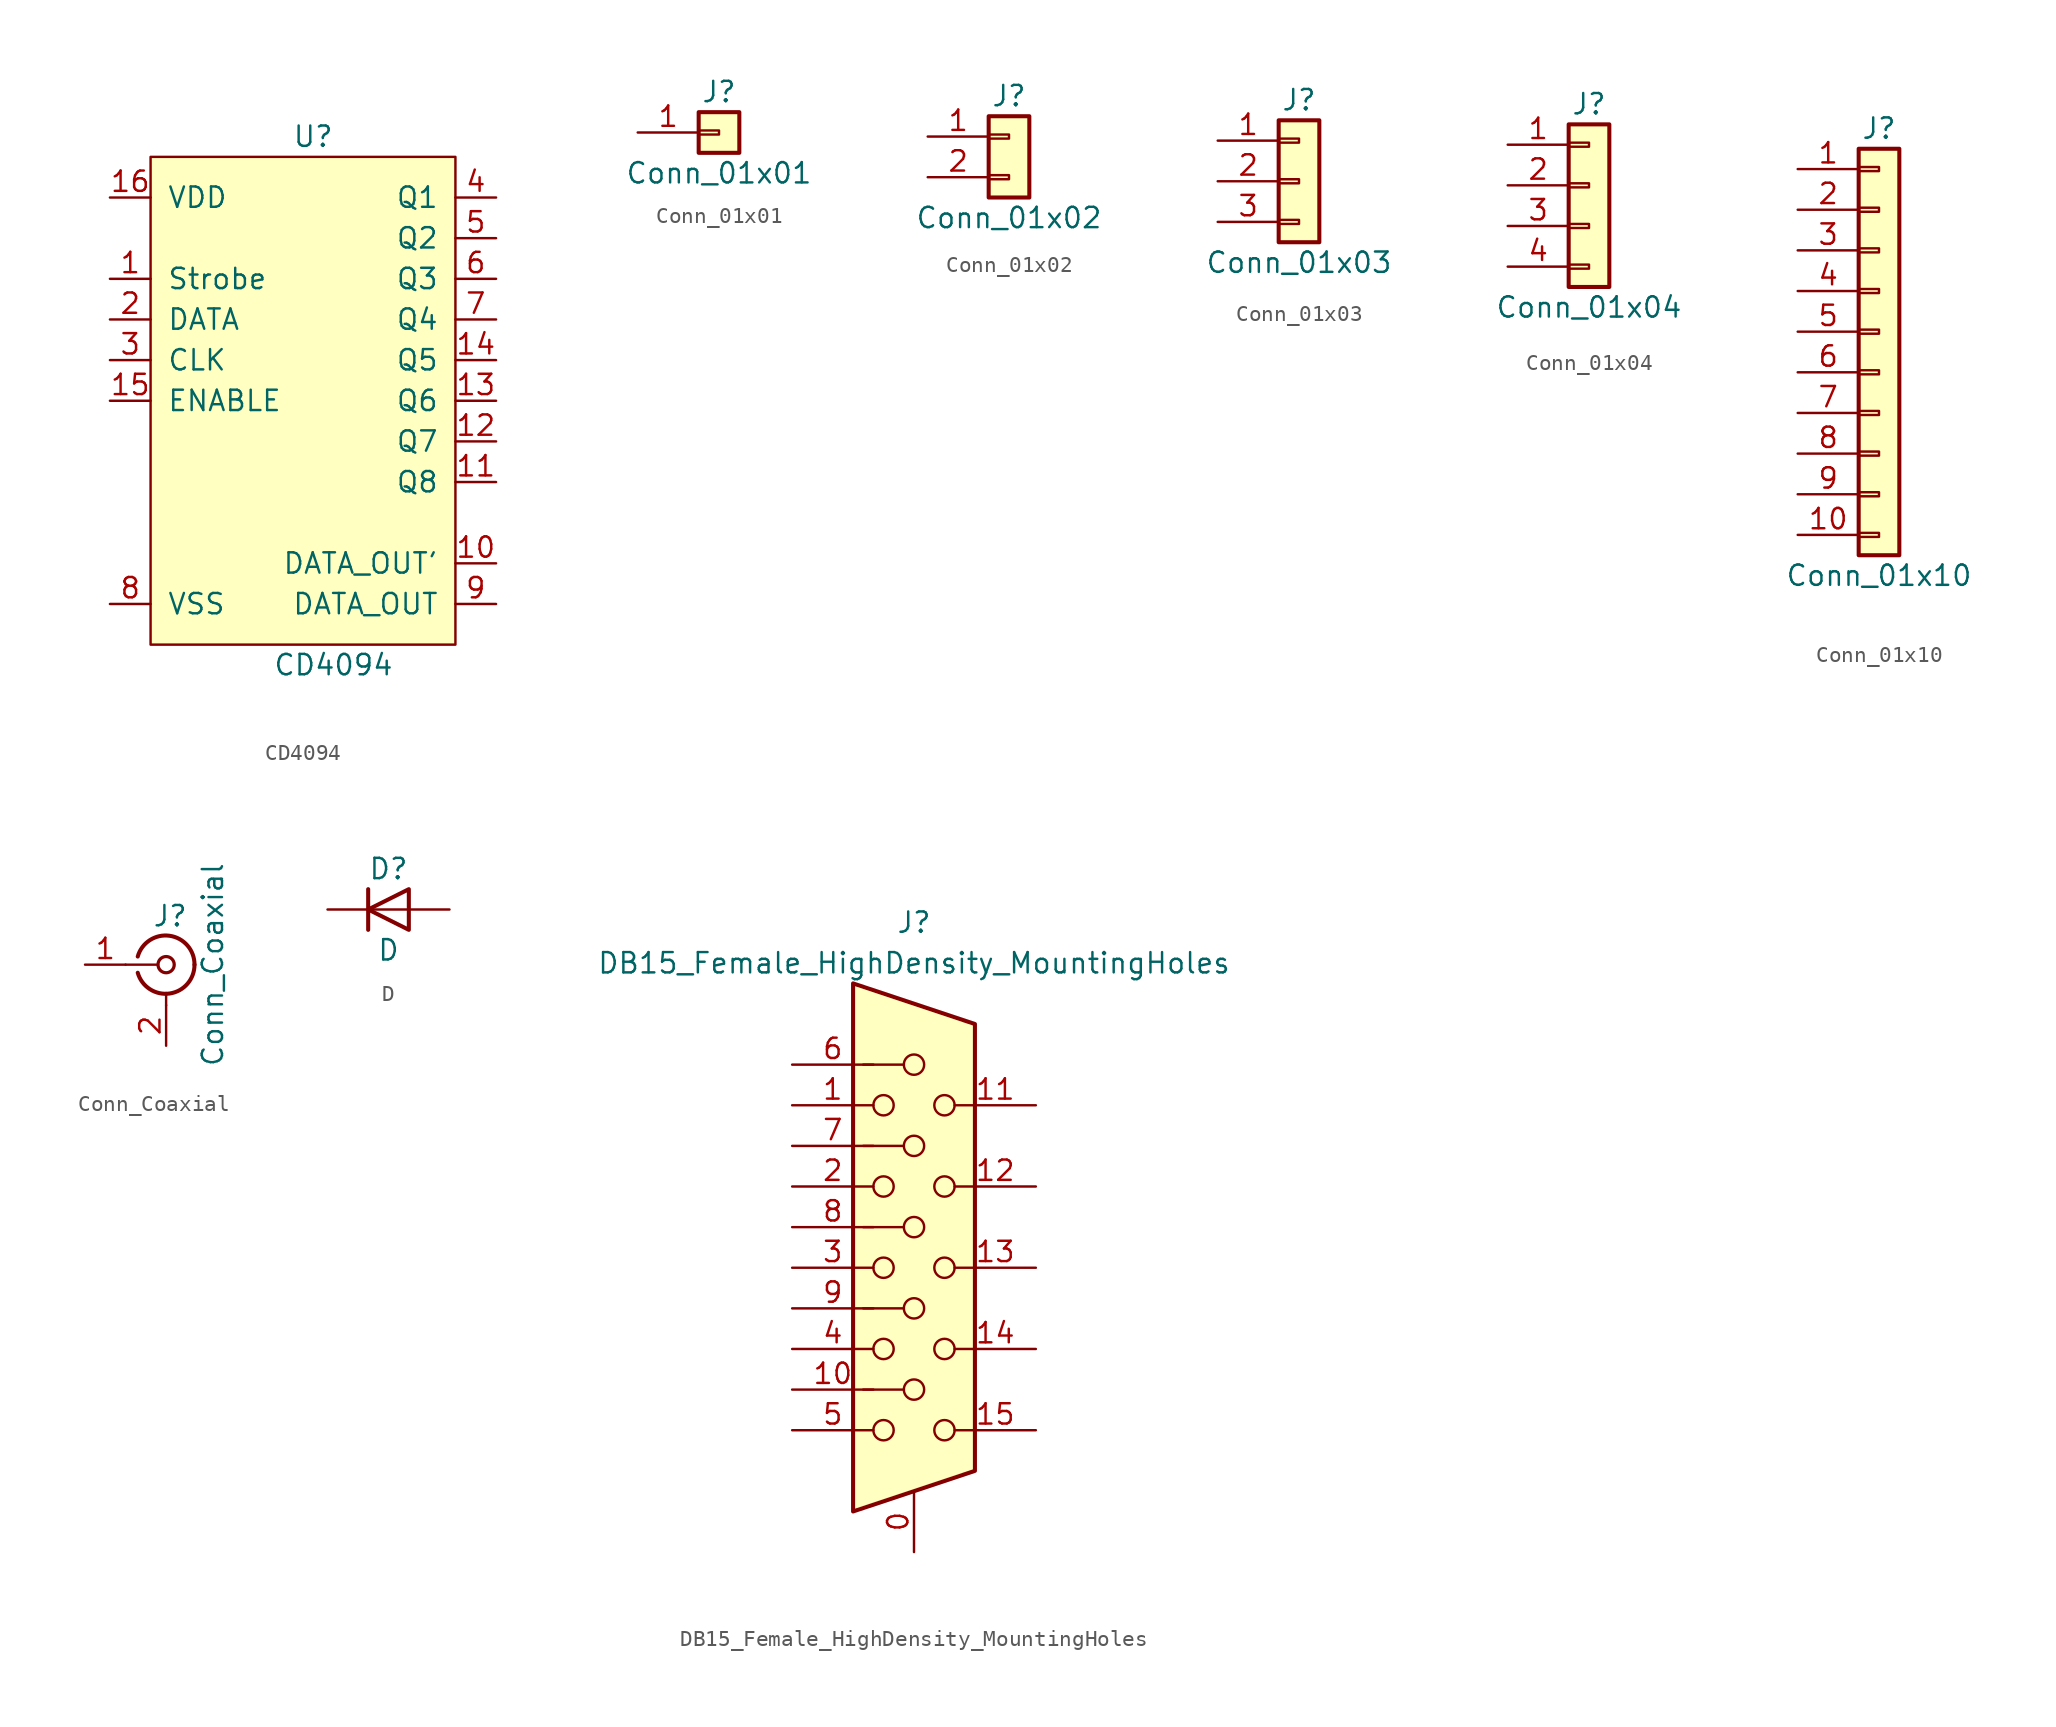
<source format=kicad_sym>
(kicad_symbol_lib
  (version 20241209)
  (generator "kicad_symbol_editor")
  (generator_version "9.0")
  (symbol "CD4094"
    (pin_names
      (offset 1.016))
    (property "Reference" "U"
      (at 0 13.97 0)
      (effects (font (size 1.27 1.27))))
    (property "Value" "CD4094"
      (at 1.27 -19.05 0)
      (effects (font (size 1.27 1.27))))
    (symbol "CD4094_0_1"
      (rectangle (start -10.16 12.7) (end 8.89 -17.78) (stroke (width 0) (type solid)) (fill (type background))))
    (symbol "CD4094_1_1"
      (pin input line (at -12.7 10.16 0) (length 2.54) (name "VDD" (effects (font (size 1.27 1.27)))) (number "16" (effects (font (size 1.27 1.27)))))
      (pin input line (at -12.7 5.08 0) (length 2.54) (name "Strobe" (effects (font (size 1.27 1.27)))) (number "1" (effects (font (size 1.27 1.27)))))
      (pin input line (at -12.7 2.54 0) (length 2.54) (name "DATA" (effects (font (size 1.27 1.27)))) (number "2" (effects (font (size 1.27 1.27)))))
      (pin input line (at -12.7 0 0) (length 2.54) (name "CLK" (effects (font (size 1.27 1.27)))) (number "3" (effects (font (size 1.27 1.27)))))
      (pin input line (at -12.7 -2.54 0) (length 2.54) (name "ENABLE" (effects (font (size 1.27 1.27)))) (number "15" (effects (font (size 1.27 1.27)))))
      (pin input line (at -12.7 -15.24 0) (length 2.54) (name "VSS" (effects (font (size 1.27 1.27)))) (number "8" (effects (font (size 1.27 1.27)))))
      (pin input line (at 11.43 10.16 180) (length 2.54) (name "Q1" (effects (font (size 1.27 1.27)))) (number "4" (effects (font (size 1.27 1.27)))))
      (pin input line (at 11.43 7.62 180) (length 2.54) (name "Q2" (effects (font (size 1.27 1.27)))) (number "5" (effects (font (size 1.27 1.27)))))
      (pin input line (at 11.43 5.08 180) (length 2.54) (name "Q3" (effects (font (size 1.27 1.27)))) (number "6" (effects (font (size 1.27 1.27)))))
      (pin input line (at 11.43 2.54 180) (length 2.54) (name "Q4" (effects (font (size 1.27 1.27)))) (number "7" (effects (font (size 1.27 1.27)))))
      (pin input line (at 11.43 0 180) (length 2.54) (name "Q5" (effects (font (size 1.27 1.27)))) (number "14" (effects (font (size 1.27 1.27)))))
      (pin input line (at 11.43 -2.54 180) (length 2.54) (name "Q6" (effects (font (size 1.27 1.27)))) (number "13" (effects (font (size 1.27 1.27)))))
      (pin input line (at 11.43 -5.08 180) (length 2.54) (name "Q7" (effects (font (size 1.27 1.27)))) (number "12" (effects (font (size 1.27 1.27)))))
      (pin input line (at 11.43 -7.62 180) (length 2.54) (name "Q8" (effects (font (size 1.27 1.27)))) (number "11" (effects (font (size 1.27 1.27)))))
      (pin input line (at 11.43 -12.7 180) (length 2.54) (name "DATA_OUT'" (effects (font (size 1.27 1.27)))) (number "10" (effects (font (size 1.27 1.27)))))
      (pin input line (at 11.43 -15.24 180) (length 2.54) (name "DATA_OUT" (effects (font (size 1.27 1.27)))) (number "9" (effects (font (size 1.27 1.27)))))))
  (symbol "Conn_01x01"
    (pin_names
      (offset 1.016)
      (hide yes))
    (property "Reference" "J"
      (at 0 2.54 0)
      (effects (font (size 1.27 1.27))))
    (property "Value" "Conn_01x01"
      (at 0 -2.54 0)
      (effects (font (size 1.27 1.27))))
    (symbol "Conn_01x01_1_1"
      (rectangle (start -1.27 1.27) (end 1.27 -1.27) (stroke (width 0.254) (type solid)) (fill (type background)))
      (rectangle (start -1.27 0.127) (end 0 -0.127) (stroke (width 0.152) (type solid)) (fill (type none)))
      (pin passive line (at -5.08 0 0) (length 3.81) (name "Pin_1" (effects (font (size 1.27 1.27)))) (number "1" (effects (font (size 1.27 1.27)))))))
  (symbol "Conn_01x02"
    (pin_names
      (offset 1.016)
      (hide yes))
    (property "Reference" "J"
      (at 0 2.54 0)
      (effects (font (size 1.27 1.27))))
    (property "Value" "Conn_01x02"
      (at 0 -5.08 0)
      (effects (font (size 1.27 1.27))))
    (symbol "Conn_01x02_1_1"
      (rectangle (start -1.27 1.27) (end 1.27 -3.81) (stroke (width 0.254) (type solid)) (fill (type background)))
      (rectangle (start -1.27 0.127) (end 0 -0.127) (stroke (width 0.152) (type solid)) (fill (type none)))
      (rectangle (start -1.27 -2.413) (end 0 -2.667) (stroke (width 0.152) (type solid)) (fill (type none)))
      (pin passive line (at -5.08 0 0) (length 3.81) (name "Pin_1" (effects (font (size 1.27 1.27)))) (number "1" (effects (font (size 1.27 1.27)))))
      (pin passive line (at -5.08 -2.54 0) (length 3.81) (name "Pin_2" (effects (font (size 1.27 1.27)))) (number "2" (effects (font (size 1.27 1.27)))))))
  (symbol "Conn_01x03"
    (pin_names
      (offset 1.016)
      (hide yes))
    (property "Reference" "J"
      (at 0 5.08 0)
      (effects (font (size 1.27 1.27))))
    (property "Value" "Conn_01x03"
      (at 0 -5.08 0)
      (effects (font (size 1.27 1.27))))
    (symbol "Conn_01x03_1_1"
      (rectangle (start -1.27 3.81) (end 1.27 -3.81) (stroke (width 0.254) (type solid)) (fill (type background)))
      (rectangle (start -1.27 2.667) (end 0 2.413) (stroke (width 0.152) (type solid)) (fill (type none)))
      (rectangle (start -1.27 0.127) (end 0 -0.127) (stroke (width 0.152) (type solid)) (fill (type none)))
      (rectangle (start -1.27 -2.413) (end 0 -2.667) (stroke (width 0.152) (type solid)) (fill (type none)))
      (pin passive line (at -5.08 2.54 0) (length 3.81) (name "Pin_1" (effects (font (size 1.27 1.27)))) (number "1" (effects (font (size 1.27 1.27)))))
      (pin passive line (at -5.08 0 0) (length 3.81) (name "Pin_2" (effects (font (size 1.27 1.27)))) (number "2" (effects (font (size 1.27 1.27)))))
      (pin passive line (at -5.08 -2.54 0) (length 3.81) (name "Pin_3" (effects (font (size 1.27 1.27)))) (number "3" (effects (font (size 1.27 1.27)))))))
  (symbol "Conn_01x04"
    (pin_names
      (offset 1.016)
      (hide yes))
    (property "Reference" "J"
      (at 0 5.08 0)
      (effects (font (size 1.27 1.27))))
    (property "Value" "Conn_01x04"
      (at 0 -7.62 0)
      (effects (font (size 1.27 1.27))))
    (symbol "Conn_01x04_1_1"
      (rectangle (start -1.27 3.81) (end 1.27 -6.35) (stroke (width 0.254) (type solid)) (fill (type background)))
      (rectangle (start -1.27 2.667) (end 0 2.413) (stroke (width 0.152) (type solid)) (fill (type none)))
      (rectangle (start -1.27 0.127) (end 0 -0.127) (stroke (width 0.152) (type solid)) (fill (type none)))
      (rectangle (start -1.27 -2.413) (end 0 -2.667) (stroke (width 0.152) (type solid)) (fill (type none)))
      (rectangle (start -1.27 -4.953) (end 0 -5.207) (stroke (width 0.152) (type solid)) (fill (type none)))
      (pin passive line (at -5.08 2.54 0) (length 3.81) (name "Pin_1" (effects (font (size 1.27 1.27)))) (number "1" (effects (font (size 1.27 1.27)))))
      (pin passive line (at -5.08 0 0) (length 3.81) (name "Pin_2" (effects (font (size 1.27 1.27)))) (number "2" (effects (font (size 1.27 1.27)))))
      (pin passive line (at -5.08 -2.54 0) (length 3.81) (name "Pin_3" (effects (font (size 1.27 1.27)))) (number "3" (effects (font (size 1.27 1.27)))))
      (pin passive line (at -5.08 -5.08 0) (length 3.81) (name "Pin_4" (effects (font (size 1.27 1.27)))) (number "4" (effects (font (size 1.27 1.27)))))))
  (symbol "Conn_01x10"
    (pin_names
      (offset 1.016)
      (hide yes))
    (property "Reference" "J"
      (at 0 12.7 0)
      (effects (font (size 1.27 1.27))))
    (property "Value" "Conn_01x10"
      (at 0 -15.24 0)
      (effects (font (size 1.27 1.27))))
    (symbol "Conn_01x10_1_1"
      (rectangle (start -1.27 11.43) (end 1.27 -13.97) (stroke (width 0.254) (type solid)) (fill (type background)))
      (rectangle (start -1.27 10.287) (end 0 10.033) (stroke (width 0.152) (type solid)) (fill (type none)))
      (rectangle (start -1.27 7.747) (end 0 7.493) (stroke (width 0.152) (type solid)) (fill (type none)))
      (rectangle (start -1.27 5.207) (end 0 4.953) (stroke (width 0.152) (type solid)) (fill (type none)))
      (rectangle (start -1.27 2.667) (end 0 2.413) (stroke (width 0.152) (type solid)) (fill (type none)))
      (rectangle (start -1.27 0.127) (end 0 -0.127) (stroke (width 0.152) (type solid)) (fill (type none)))
      (rectangle (start -1.27 -2.413) (end 0 -2.667) (stroke (width 0.152) (type solid)) (fill (type none)))
      (rectangle (start -1.27 -4.953) (end 0 -5.207) (stroke (width 0.152) (type solid)) (fill (type none)))
      (rectangle (start -1.27 -7.493) (end 0 -7.747) (stroke (width 0.152) (type solid)) (fill (type none)))
      (rectangle (start -1.27 -10.033) (end 0 -10.287) (stroke (width 0.152) (type solid)) (fill (type none)))
      (rectangle (start -1.27 -12.573) (end 0 -12.827) (stroke (width 0.152) (type solid)) (fill (type none)))
      (pin passive line (at -5.08 10.16 0) (length 3.81) (name "Pin_1" (effects (font (size 1.27 1.27)))) (number "1" (effects (font (size 1.27 1.27)))))
      (pin passive line (at -5.08 7.62 0) (length 3.81) (name "Pin_2" (effects (font (size 1.27 1.27)))) (number "2" (effects (font (size 1.27 1.27)))))
      (pin passive line (at -5.08 5.08 0) (length 3.81) (name "Pin_3" (effects (font (size 1.27 1.27)))) (number "3" (effects (font (size 1.27 1.27)))))
      (pin passive line (at -5.08 2.54 0) (length 3.81) (name "Pin_4" (effects (font (size 1.27 1.27)))) (number "4" (effects (font (size 1.27 1.27)))))
      (pin passive line (at -5.08 0 0) (length 3.81) (name "Pin_5" (effects (font (size 1.27 1.27)))) (number "5" (effects (font (size 1.27 1.27)))))
      (pin passive line (at -5.08 -2.54 0) (length 3.81) (name "Pin_6" (effects (font (size 1.27 1.27)))) (number "6" (effects (font (size 1.27 1.27)))))
      (pin passive line (at -5.08 -5.08 0) (length 3.81) (name "Pin_7" (effects (font (size 1.27 1.27)))) (number "7" (effects (font (size 1.27 1.27)))))
      (pin passive line (at -5.08 -7.62 0) (length 3.81) (name "Pin_8" (effects (font (size 1.27 1.27)))) (number "8" (effects (font (size 1.27 1.27)))))
      (pin passive line (at -5.08 -10.16 0) (length 3.81) (name "Pin_9" (effects (font (size 1.27 1.27)))) (number "9" (effects (font (size 1.27 1.27)))))
      (pin passive line (at -5.08 -12.7 0) (length 3.81) (name "Pin_10" (effects (font (size 1.27 1.27)))) (number "10" (effects (font (size 1.27 1.27)))))))
  (symbol "Conn_Coaxial"
    (pin_names
      (offset 1.016)
      (hide yes))
    (property "Reference" "J"
      (at 0.254 3.048 0)
      (effects (font (size 1.27 1.27))))
    (property "Value" "Conn_Coaxial"
      (at 2.921 0 90)
      (effects (font (size 1.27 1.27))))
    (symbol "Conn_Coaxial_0_1"
      (polyline (pts (xy -2.54 0) (xy -0.508 0)) (stroke (width 0) (type solid)) (fill (type none)))
      (arc (start 1.778 0) (mid 0.222 -1.8079) (end -1.778 -0.508) (stroke (width 0.254) (type solid)) (fill (type none)))
      (arc (start -1.778 0.508) (mid 0.2221 1.8084) (end 1.778 0) (stroke (width 0.254) (type solid)) (fill (type none)))
      (circle (center 0 0) (radius 0.508) (stroke (width 0.203) (type solid)) (fill (type none)))
      (polyline (pts (xy 0 -2.54) (xy 0 -1.778)) (stroke (width 0) (type solid)) (fill (type none))))
    (symbol "Conn_Coaxial_1_1"
      (pin passive line (at -5.08 0 0) (length 2.54) (name "In" (effects (font (size 1.27 1.27)))) (number "1" (effects (font (size 1.27 1.27)))))
      (pin passive line (at 0 -5.08 90) (length 2.54) (name "Ext" (effects (font (size 1.27 1.27)))) (number "2" (effects (font (size 1.27 1.27)))))))
  (symbol "D"
    (pin_numbers
      (hide yes))
    (pin_names
      (offset 1.016)
      (hide yes))
    (property "Reference" "D"
      (at 0 2.54 0)
      (effects (font (size 1.27 1.27))))
    (property "Value" "D"
      (at 0 -2.54 0)
      (effects (font (size 1.27 1.27))))
    (symbol "D_0_1"
      (polyline (pts (xy -1.27 1.27) (xy -1.27 -1.27)) (stroke (width 0.254) (type solid)) (fill (type none)))
      (polyline (pts (xy 1.27 1.27) (xy 1.27 -1.27) (xy -1.27 0) (xy 1.27 1.27)) (stroke (width 0.254) (type solid)) (fill (type none)))
      (polyline (pts (xy 1.27 0) (xy -1.27 0)) (stroke (width 0) (type solid)) (fill (type none))))
    (symbol "D_1_1"
      (pin passive line (at -3.81 0 0) (length 2.54) (name "K" (effects (font (size 1.27 1.27)))) (number "1" (effects (font (size 1.27 1.27)))))
      (pin passive line (at 3.81 0 180) (length 2.54) (name "A" (effects (font (size 1.27 1.27)))) (number "2" (effects (font (size 1.27 1.27)))))))
  (symbol "DB15_Female_HighDensity_MountingHoles"
    (pin_names
      (offset 1.016)
      (hide yes))
    (property "Reference" "J"
      (at 0 21.59 0)
      (effects (font (size 1.27 1.27))))
    (property "Value" "DB15_Female_HighDensity_MountingHoles"
      (at 0 19.05 0)
      (effects (font (size 1.27 1.27))))
    (symbol "DB15_Female_HighDensity_MountingHoles_0_1"
      (polyline (pts (xy -3.81 17.78) (xy -3.81 -15.24) (xy 3.81 -12.7) (xy 3.81 15.24) (xy -3.81 17.78)) (stroke (width 0.254) (type solid)) (fill (type background)))
      (polyline (pts (xy -3.175 7.62) (xy -0.635 7.62)) (stroke (width 0) (type solid)) (fill (type none)))
      (circle (center -1.905 10.16) (radius 0.635) (stroke (width 0) (type solid)) (fill (type none)))
      (circle (center -1.905 5.08) (radius 0.635) (stroke (width 0) (type solid)) (fill (type none)))
      (circle (center -1.905 0) (radius 0.635) (stroke (width 0) (type solid)) (fill (type none)))
      (circle (center -1.905 -5.08) (radius 0.635) (stroke (width 0) (type solid)) (fill (type none)))
      (circle (center -1.905 -10.16) (radius 0.635) (stroke (width 0) (type solid)) (fill (type none)))
      (polyline (pts (xy -0.635 12.7) (xy -3.175 12.7)) (stroke (width 0) (type solid)) (fill (type none)))
      (polyline (pts (xy -0.635 2.54) (xy -3.175 2.54)) (stroke (width 0) (type solid)) (fill (type none)))
      (polyline (pts (xy -0.635 -2.54) (xy -3.175 -2.54)) (stroke (width 0) (type solid)) (fill (type none)))
      (polyline (pts (xy -0.635 -7.62) (xy -3.175 -7.62)) (stroke (width 0) (type solid)) (fill (type none)))
      (circle (center 0 12.7) (radius 0.635) (stroke (width 0) (type solid)) (fill (type none)))
      (circle (center 0 7.62) (radius 0.635) (stroke (width 0) (type solid)) (fill (type none)))
      (circle (center 0 2.54) (radius 0.635) (stroke (width 0) (type solid)) (fill (type none)))
      (circle (center 0 -2.54) (radius 0.635) (stroke (width 0) (type solid)) (fill (type none)))
      (circle (center 0 -7.62) (radius 0.635) (stroke (width 0) (type solid)) (fill (type none)))
      (circle (center 1.905 10.16) (radius 0.635) (stroke (width 0) (type solid)) (fill (type none)))
      (circle (center 1.905 5.08) (radius 0.635) (stroke (width 0) (type solid)) (fill (type none)))
      (circle (center 1.905 0) (radius 0.635) (stroke (width 0) (type solid)) (fill (type none)))
      (circle (center 1.905 -5.08) (radius 0.635) (stroke (width 0) (type solid)) (fill (type none)))
      (circle (center 1.905 -10.16) (radius 0.635) (stroke (width 0) (type solid)) (fill (type none))))
    (symbol "DB15_Female_HighDensity_MountingHoles_1_1"
      (pin passive line (at -7.62 12.7 0) (length 5.08) (name "~" (effects (font (size 1.27 1.27)))) (number "6" (effects (font (size 1.27 1.27)))))
      (pin passive line (at -7.62 10.16 0) (length 5.08) (name "~" (effects (font (size 1.27 1.27)))) (number "1" (effects (font (size 1.27 1.27)))))
      (pin passive line (at -7.62 7.62 0) (length 5.08) (name "~" (effects (font (size 1.27 1.27)))) (number "7" (effects (font (size 1.27 1.27)))))
      (pin passive line (at -7.62 5.08 0) (length 5.08) (name "~" (effects (font (size 1.27 1.27)))) (number "2" (effects (font (size 1.27 1.27)))))
      (pin passive line (at -7.62 2.54 0) (length 5.08) (name "~" (effects (font (size 1.27 1.27)))) (number "8" (effects (font (size 1.27 1.27)))))
      (pin passive line (at -7.62 0 0) (length 5.08) (name "~" (effects (font (size 1.27 1.27)))) (number "3" (effects (font (size 1.27 1.27)))))
      (pin passive line (at -7.62 -2.54 0) (length 5.08) (name "~" (effects (font (size 1.27 1.27)))) (number "9" (effects (font (size 1.27 1.27)))))
      (pin passive line (at -7.62 -5.08 0) (length 5.08) (name "~" (effects (font (size 1.27 1.27)))) (number "4" (effects (font (size 1.27 1.27)))))
      (pin passive line (at -7.62 -7.62 0) (length 5.08) (name "~" (effects (font (size 1.27 1.27)))) (number "10" (effects (font (size 1.27 1.27)))))
      (pin passive line (at -7.62 -10.16 0) (length 5.08) (name "~" (effects (font (size 1.27 1.27)))) (number "5" (effects (font (size 1.27 1.27)))))
      (pin passive line (at 0 -17.78 90) (length 3.81) (name "~" (effects (font (size 1.27 1.27)))) (number "0" (effects (font (size 1.27 1.27)))))
      (pin passive line (at 7.62 10.16 180) (length 5.08) (name "~" (effects (font (size 1.27 1.27)))) (number "11" (effects (font (size 1.27 1.27)))))
      (pin passive line (at 7.62 5.08 180) (length 5.08) (name "~" (effects (font (size 1.27 1.27)))) (number "12" (effects (font (size 1.27 1.27)))))
      (pin passive line (at 7.62 0 180) (length 5.08) (name "~" (effects (font (size 1.27 1.27)))) (number "13" (effects (font (size 1.27 1.27)))))
      (pin passive line (at 7.62 -5.08 180) (length 5.08) (name "~" (effects (font (size 1.27 1.27)))) (number "14" (effects (font (size 1.27 1.27)))))
      (pin passive line (at 7.62 -10.16 180) (length 5.08) (name "~" (effects (font (size 1.27 1.27)))) (number "15" (effects (font (size 1.27 1.27))))))))
</source>
